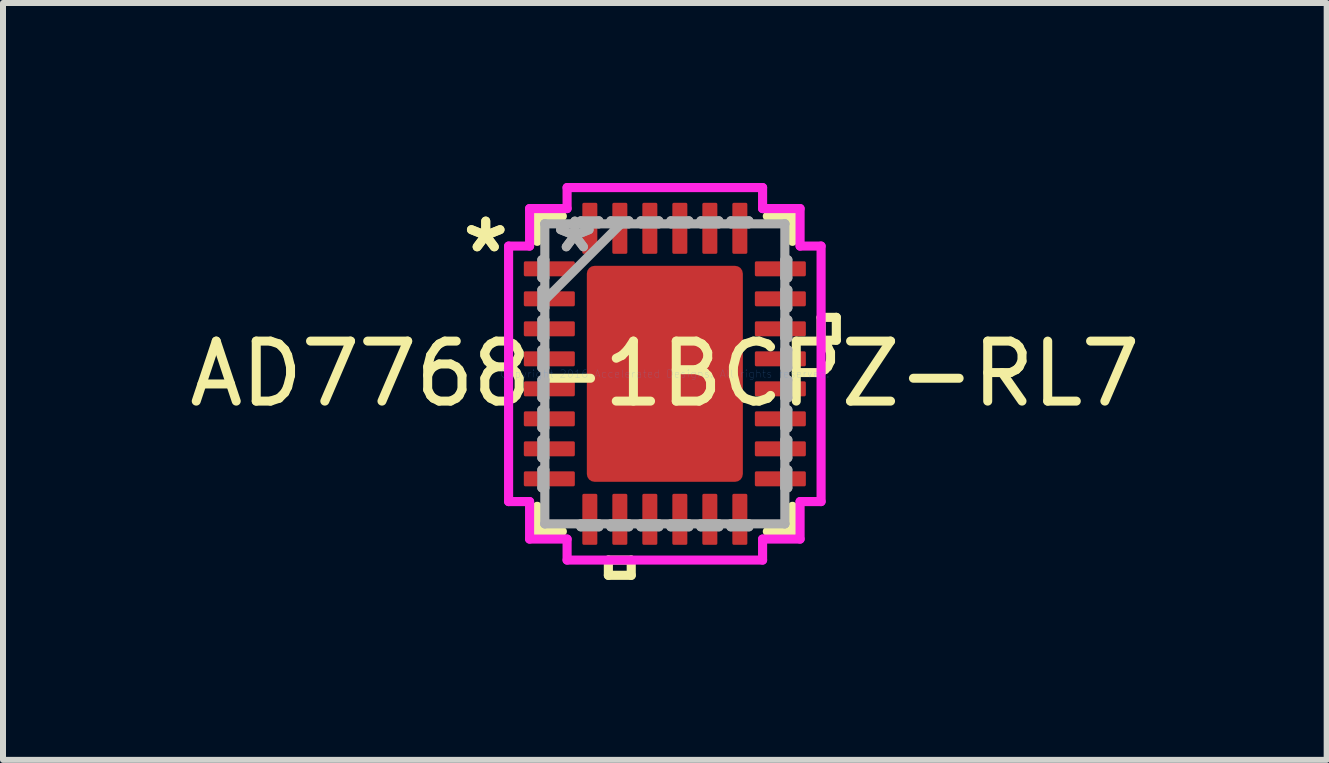
<source format=kicad_pcb>
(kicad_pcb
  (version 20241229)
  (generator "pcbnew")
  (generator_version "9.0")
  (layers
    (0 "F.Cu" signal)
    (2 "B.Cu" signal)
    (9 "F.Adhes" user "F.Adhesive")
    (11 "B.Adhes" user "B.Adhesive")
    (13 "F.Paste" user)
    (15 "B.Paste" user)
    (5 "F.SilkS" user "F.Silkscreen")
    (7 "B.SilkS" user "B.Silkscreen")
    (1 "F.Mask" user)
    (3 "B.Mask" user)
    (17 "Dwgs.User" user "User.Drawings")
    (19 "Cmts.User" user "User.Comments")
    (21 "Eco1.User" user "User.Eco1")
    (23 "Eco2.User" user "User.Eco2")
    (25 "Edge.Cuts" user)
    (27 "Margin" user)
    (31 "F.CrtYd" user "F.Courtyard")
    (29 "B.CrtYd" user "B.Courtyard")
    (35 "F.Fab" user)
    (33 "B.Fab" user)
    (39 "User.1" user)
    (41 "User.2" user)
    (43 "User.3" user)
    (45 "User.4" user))
  (footprint "AD7768-1BCPZ-RL7"
    (layer "F.Cu")
    (at 8.03 3.18)
    (property "Reference" "AD7768-1BCPZ-RL7" (at 0 0 0) (layer "F.SilkS") (effects (font (size 1 1) (thickness 0.15))))
    (attr through_hole)
    (fp_line (start -2.127 -2.627) (end -2.127 -2.208) (stroke (width 0.152) (type solid)) (layer "F.SilkS"))
    (fp_line (start -2.127 2.208) (end -2.127 2.627) (stroke (width 0.152) (type solid)) (layer "F.SilkS"))
    (fp_line (start -2.127 2.627) (end -1.708 2.627) (stroke (width 0.152) (type solid)) (layer "F.SilkS"))
    (fp_line (start -1.708 -2.627) (end -2.127 -2.627) (stroke (width 0.152) (type solid)) (layer "F.SilkS"))
    (fp_line (start -0.941 3.104) (end -0.941 3.358) (stroke (width 0.152) (type solid)) (layer "F.SilkS"))
    (fp_line (start -0.941 3.358) (end -0.56 3.358) (stroke (width 0.152) (type solid)) (layer "F.SilkS"))
    (fp_line (start -0.56 3.104) (end -0.941 3.104) (stroke (width 0.152) (type solid)) (layer "F.SilkS"))
    (fp_line (start -0.56 3.358) (end -0.56 3.104) (stroke (width 0.152) (type solid)) (layer "F.SilkS"))
    (fp_line (start 1.708 2.627) (end 2.127 2.627) (stroke (width 0.152) (type solid)) (layer "F.SilkS"))
    (fp_line (start 2.127 -2.627) (end 1.708 -2.627) (stroke (width 0.152) (type solid)) (layer "F.SilkS"))
    (fp_line (start 2.127 -2.208) (end 2.127 -2.627) (stroke (width 0.152) (type solid)) (layer "F.SilkS"))
    (fp_line (start 2.127 2.627) (end 2.127 2.208) (stroke (width 0.152) (type solid)) (layer "F.SilkS"))
    (fp_line (start 2.604 -0.941) (end 2.858 -0.941) (stroke (width 0.152) (type solid)) (layer "F.SilkS"))
    (fp_line (start 2.604 -0.56) (end 2.604 -0.941) (stroke (width 0.152) (type solid)) (layer "F.SilkS"))
    (fp_line (start 2.858 -0.941) (end 2.858 -0.56) (stroke (width 0.152) (type solid)) (layer "F.SilkS"))
    (fp_line (start 2.858 -0.56) (end 2.604 -0.56) (stroke (width 0.152) (type solid)) (layer "F.SilkS"))
    (fp_line (start -1.2 -1.7) (end -1.2 -0.1) (stroke (width 0.152) (type solid)) (layer "F.Paste"))
    (fp_line (start -1.2 -0.1) (end -0.1 -0.1) (stroke (width 0.152) (type solid)) (layer "F.Paste"))
    (fp_line (start -1.2 0.1) (end -1.2 1.7) (stroke (width 0.152) (type solid)) (layer "F.Paste"))
    (fp_line (start -1.2 1.7) (end -0.1 1.7) (stroke (width 0.152) (type solid)) (layer "F.Paste"))
    (fp_line (start -0.1 -1.7) (end -1.2 -1.7) (stroke (width 0.152) (type solid)) (layer "F.Paste"))
    (fp_line (start -0.1 -0.1) (end -0.1 -1.7) (stroke (width 0.152) (type solid)) (layer "F.Paste"))
    (fp_line (start -0.1 0.1) (end -1.2 0.1) (stroke (width 0.152) (type solid)) (layer "F.Paste"))
    (fp_line (start -0.1 1.7) (end -0.1 0.1) (stroke (width 0.152) (type solid)) (layer "F.Paste"))
    (fp_line (start 0.1 -1.7) (end 0.1 -0.1) (stroke (width 0.152) (type solid)) (layer "F.Paste"))
    (fp_line (start 0.1 -0.1) (end 1.2 -0.1) (stroke (width 0.152) (type solid)) (layer "F.Paste"))
    (fp_line (start 0.1 0.1) (end 0.1 1.7) (stroke (width 0.152) (type solid)) (layer "F.Paste"))
    (fp_line (start 0.1 1.7) (end 1.2 1.7) (stroke (width 0.152) (type solid)) (layer "F.Paste"))
    (fp_line (start 1.2 -1.7) (end 0.1 -1.7) (stroke (width 0.152) (type solid)) (layer "F.Paste"))
    (fp_line (start 1.2 -0.1) (end 1.2 -1.7) (stroke (width 0.152) (type solid)) (layer "F.Paste"))
    (fp_line (start 1.2 0.1) (end 0.1 0.1) (stroke (width 0.152) (type solid)) (layer "F.Paste"))
    (fp_line (start 1.2 1.7) (end 1.2 0.1) (stroke (width 0.152) (type solid)) (layer "F.Paste"))
    (fp_line (start -2.604 -2.129) (end -2.254 -2.129) (stroke (width 0.152) (type solid)) (layer "F.CrtYd"))
    (fp_line (start -2.604 2.129) (end -2.604 -2.129) (stroke (width 0.152) (type solid)) (layer "F.CrtYd"))
    (fp_line (start -2.254 -2.754) (end -1.629 -2.754) (stroke (width 0.152) (type solid)) (layer "F.CrtYd"))
    (fp_line (start -2.254 -2.129) (end -2.254 -2.754) (stroke (width 0.152) (type solid)) (layer "F.CrtYd"))
    (fp_line (start -2.254 2.129) (end -2.604 2.129) (stroke (width 0.152) (type solid)) (layer "F.CrtYd"))
    (fp_line (start -2.254 2.754) (end -2.254 2.129) (stroke (width 0.152) (type solid)) (layer "F.CrtYd"))
    (fp_line (start -1.629 -3.104) (end 1.629 -3.104) (stroke (width 0.152) (type solid)) (layer "F.CrtYd"))
    (fp_line (start -1.629 -2.754) (end -1.629 -3.104) (stroke (width 0.152) (type solid)) (layer "F.CrtYd"))
    (fp_line (start -1.629 2.754) (end -2.254 2.754) (stroke (width 0.152) (type solid)) (layer "F.CrtYd"))
    (fp_line (start -1.629 3.104) (end -1.629 2.754) (stroke (width 0.152) (type solid)) (layer "F.CrtYd"))
    (fp_line (start 1.629 -3.104) (end 1.629 -2.754) (stroke (width 0.152) (type solid)) (layer "F.CrtYd"))
    (fp_line (start 1.629 -2.754) (end 2.254 -2.754) (stroke (width 0.152) (type solid)) (layer "F.CrtYd"))
    (fp_line (start 1.629 2.754) (end 1.629 3.104) (stroke (width 0.152) (type solid)) (layer "F.CrtYd"))
    (fp_line (start 1.629 3.104) (end -1.629 3.104) (stroke (width 0.152) (type solid)) (layer "F.CrtYd"))
    (fp_line (start 2.254 -2.754) (end 2.254 -2.129) (stroke (width 0.152) (type solid)) (layer "F.CrtYd"))
    (fp_line (start 2.254 -2.129) (end 2.604 -2.129) (stroke (width 0.152) (type solid)) (layer "F.CrtYd"))
    (fp_line (start 2.254 2.129) (end 2.254 2.754) (stroke (width 0.152) (type solid)) (layer "F.CrtYd"))
    (fp_line (start 2.254 2.754) (end 1.629 2.754) (stroke (width 0.152) (type solid)) (layer "F.CrtYd"))
    (fp_line (start 2.604 -2.129) (end 2.604 2.129) (stroke (width 0.152) (type solid)) (layer "F.CrtYd"))
    (fp_line (start 2.604 2.129) (end 2.254 2.129) (stroke (width 0.152) (type solid)) (layer "F.CrtYd"))
    (fp_line (start -2.05 -1.9) (end -2.05 -1.6) (stroke (width 0.152) (type solid)) (layer "F.Fab"))
    (fp_line (start -2.05 -1.6) (end -2 -1.6) (stroke (width 0.152) (type solid)) (layer "F.Fab"))
    (fp_line (start -2.05 -1.4) (end -2.05 -1.1) (stroke (width 0.152) (type solid)) (layer "F.Fab"))
    (fp_line (start -2.05 -1.1) (end -2 -1.1) (stroke (width 0.152) (type solid)) (layer "F.Fab"))
    (fp_line (start -2.05 -0.9) (end -2.05 -0.6) (stroke (width 0.152) (type solid)) (layer "F.Fab"))
    (fp_line (start -2.05 -0.6) (end -2 -0.6) (stroke (width 0.152) (type solid)) (layer "F.Fab"))
    (fp_line (start -2.05 -0.4) (end -2.05 -0.1) (stroke (width 0.152) (type solid)) (layer "F.Fab"))
    (fp_line (start -2.05 -0.1) (end -2 -0.1) (stroke (width 0.152) (type solid)) (layer "F.Fab"))
    (fp_line (start -2.05 0.1) (end -2.05 0.4) (stroke (width 0.152) (type solid)) (layer "F.Fab"))
    (fp_line (start -2.05 0.4) (end -2 0.4) (stroke (width 0.152) (type solid)) (layer "F.Fab"))
    (fp_line (start -2.05 0.6) (end -2.05 0.9) (stroke (width 0.152) (type solid)) (layer "F.Fab"))
    (fp_line (start -2.05 0.9) (end -2 0.9) (stroke (width 0.152) (type solid)) (layer "F.Fab"))
    (fp_line (start -2.05 1.1) (end -2.05 1.4) (stroke (width 0.152) (type solid)) (layer "F.Fab"))
    (fp_line (start -2.05 1.4) (end -2 1.4) (stroke (width 0.152) (type solid)) (layer "F.Fab"))
    (fp_line (start -2.05 1.6) (end -2.05 1.9) (stroke (width 0.152) (type solid)) (layer "F.Fab"))
    (fp_line (start -2.05 1.9) (end -2 1.9) (stroke (width 0.152) (type solid)) (layer "F.Fab"))
    (fp_line (start -2 -2.5) (end -2 -2.5) (stroke (width 0.152) (type solid)) (layer "F.Fab"))
    (fp_line (start -2 -2.5) (end -2 2.5) (stroke (width 0.152) (type solid)) (layer "F.Fab"))
    (fp_line (start -2 -1.9) (end -2.05 -1.9) (stroke (width 0.152) (type solid)) (layer "F.Fab"))
    (fp_line (start -2 -1.6) (end -2 -1.9) (stroke (width 0.152) (type solid)) (layer "F.Fab"))
    (fp_line (start -2 -1.4) (end -2.05 -1.4) (stroke (width 0.152) (type solid)) (layer "F.Fab"))
    (fp_line (start -2 -1.23) (end -0.73 -2.5) (stroke (width 0.152) (type solid)) (layer "F.Fab"))
    (fp_line (start -2 -1.1) (end -2 -1.4) (stroke (width 0.152) (type solid)) (layer "F.Fab"))
    (fp_line (start -2 -0.9) (end -2.05 -0.9) (stroke (width 0.152) (type solid)) (layer "F.Fab"))
    (fp_line (start -2 -0.6) (end -2 -0.9) (stroke (width 0.152) (type solid)) (layer "F.Fab"))
    (fp_line (start -2 -0.4) (end -2.05 -0.4) (stroke (width 0.152) (type solid)) (layer "F.Fab"))
    (fp_line (start -2 -0.1) (end -2 -0.4) (stroke (width 0.152) (type solid)) (layer "F.Fab"))
    (fp_line (start -2 0.1) (end -2.05 0.1) (stroke (width 0.152) (type solid)) (layer "F.Fab"))
    (fp_line (start -2 0.4) (end -2 0.1) (stroke (width 0.152) (type solid)) (layer "F.Fab"))
    (fp_line (start -2 0.6) (end -2.05 0.6) (stroke (width 0.152) (type solid)) (layer "F.Fab"))
    (fp_line (start -2 0.9) (end -2 0.6) (stroke (width 0.152) (type solid)) (layer "F.Fab"))
    (fp_line (start -2 1.1) (end -2.05 1.1) (stroke (width 0.152) (type solid)) (layer "F.Fab"))
    (fp_line (start -2 1.4) (end -2 1.1) (stroke (width 0.152) (type solid)) (layer "F.Fab"))
    (fp_line (start -2 1.6) (end -2.05 1.6) (stroke (width 0.152) (type solid)) (layer "F.Fab"))
    (fp_line (start -2 1.9) (end -2 1.6) (stroke (width 0.152) (type solid)) (layer "F.Fab"))
    (fp_line (start -2 2.5) (end -2 2.5) (stroke (width 0.152) (type solid)) (layer "F.Fab"))
    (fp_line (start -2 2.5) (end 2 2.5) (stroke (width 0.152) (type solid)) (layer "F.Fab"))
    (fp_line (start -1.4 -2.55) (end -1.4 -2.5) (stroke (width 0.152) (type solid)) (layer "F.Fab"))
    (fp_line (start -1.4 -2.5) (end -1.1 -2.5) (stroke (width 0.152) (type solid)) (layer "F.Fab"))
    (fp_line (start -1.4 2.5) (end -1.4 2.55) (stroke (width 0.152) (type solid)) (layer "F.Fab"))
    (fp_line (start -1.4 2.55) (end -1.1 2.55) (stroke (width 0.152) (type solid)) (layer "F.Fab"))
    (fp_line (start -1.1 -2.55) (end -1.4 -2.55) (stroke (width 0.152) (type solid)) (layer "F.Fab"))
    (fp_line (start -1.1 -2.5) (end -1.1 -2.55) (stroke (width 0.152) (type solid)) (layer "F.Fab"))
    (fp_line (start -1.1 2.5) (end -1.4 2.5) (stroke (width 0.152) (type solid)) (layer "F.Fab"))
    (fp_line (start -1.1 2.55) (end -1.1 2.5) (stroke (width 0.152) (type solid)) (layer "F.Fab"))
    (fp_line (start -0.9 -2.55) (end -0.9 -2.5) (stroke (width 0.152) (type solid)) (layer "F.Fab"))
    (fp_line (start -0.9 -2.5) (end -0.6 -2.5) (stroke (width 0.152) (type solid)) (layer "F.Fab"))
    (fp_line (start -0.9 2.5) (end -0.9 2.55) (stroke (width 0.152) (type solid)) (layer "F.Fab"))
    (fp_line (start -0.9 2.55) (end -0.6 2.55) (stroke (width 0.152) (type solid)) (layer "F.Fab"))
    (fp_line (start -0.6 -2.55) (end -0.9 -2.55) (stroke (width 0.152) (type solid)) (layer "F.Fab"))
    (fp_line (start -0.6 -2.5) (end -0.6 -2.55) (stroke (width 0.152) (type solid)) (layer "F.Fab"))
    (fp_line (start -0.6 2.5) (end -0.9 2.5) (stroke (width 0.152) (type solid)) (layer "F.Fab"))
    (fp_line (start -0.6 2.55) (end -0.6 2.5) (stroke (width 0.152) (type solid)) (layer "F.Fab"))
    (fp_line (start -0.4 -2.55) (end -0.4 -2.5) (stroke (width 0.152) (type solid)) (layer "F.Fab"))
    (fp_line (start -0.4 -2.5) (end -0.1 -2.5) (stroke (width 0.152) (type solid)) (layer "F.Fab"))
    (fp_line (start -0.4 2.5) (end -0.4 2.55) (stroke (width 0.152) (type solid)) (layer "F.Fab"))
    (fp_line (start -0.4 2.55) (end -0.1 2.55) (stroke (width 0.152) (type solid)) (layer "F.Fab"))
    (fp_line (start -0.1 -2.55) (end -0.4 -2.55) (stroke (width 0.152) (type solid)) (layer "F.Fab"))
    (fp_line (start -0.1 -2.5) (end -0.1 -2.55) (stroke (width 0.152) (type solid)) (layer "F.Fab"))
    (fp_line (start -0.1 2.5) (end -0.4 2.5) (stroke (width 0.152) (type solid)) (layer "F.Fab"))
    (fp_line (start -0.1 2.55) (end -0.1 2.5) (stroke (width 0.152) (type solid)) (layer "F.Fab"))
    (fp_line (start 0.1 -2.55) (end 0.1 -2.5) (stroke (width 0.152) (type solid)) (layer "F.Fab"))
    (fp_line (start 0.1 -2.5) (end 0.4 -2.5) (stroke (width 0.152) (type solid)) (layer "F.Fab"))
    (fp_line (start 0.1 2.5) (end 0.1 2.55) (stroke (width 0.152) (type solid)) (layer "F.Fab"))
    (fp_line (start 0.1 2.55) (end 0.4 2.55) (stroke (width 0.152) (type solid)) (layer "F.Fab"))
    (fp_line (start 0.4 -2.55) (end 0.1 -2.55) (stroke (width 0.152) (type solid)) (layer "F.Fab"))
    (fp_line (start 0.4 -2.5) (end 0.4 -2.55) (stroke (width 0.152) (type solid)) (layer "F.Fab"))
    (fp_line (start 0.4 2.5) (end 0.1 2.5) (stroke (width 0.152) (type solid)) (layer "F.Fab"))
    (fp_line (start 0.4 2.55) (end 0.4 2.5) (stroke (width 0.152) (type solid)) (layer "F.Fab"))
    (fp_line (start 0.6 -2.55) (end 0.6 -2.5) (stroke (width 0.152) (type solid)) (layer "F.Fab"))
    (fp_line (start 0.6 -2.5) (end 0.9 -2.5) (stroke (width 0.152) (type solid)) (layer "F.Fab"))
    (fp_line (start 0.6 2.5) (end 0.6 2.55) (stroke (width 0.152) (type solid)) (layer "F.Fab"))
    (fp_line (start 0.6 2.55) (end 0.9 2.55) (stroke (width 0.152) (type solid)) (layer "F.Fab"))
    (fp_line (start 0.9 -2.55) (end 0.6 -2.55) (stroke (width 0.152) (type solid)) (layer "F.Fab"))
    (fp_line (start 0.9 -2.5) (end 0.9 -2.55) (stroke (width 0.152) (type solid)) (layer "F.Fab"))
    (fp_line (start 0.9 2.5) (end 0.6 2.5) (stroke (width 0.152) (type solid)) (layer "F.Fab"))
    (fp_line (start 0.9 2.55) (end 0.9 2.5) (stroke (width 0.152) (type solid)) (layer "F.Fab"))
    (fp_line (start 1.1 -2.55) (end 1.1 -2.5) (stroke (width 0.152) (type solid)) (layer "F.Fab"))
    (fp_line (start 1.1 -2.5) (end 1.4 -2.5) (stroke (width 0.152) (type solid)) (layer "F.Fab"))
    (fp_line (start 1.1 2.5) (end 1.1 2.55) (stroke (width 0.152) (type solid)) (layer "F.Fab"))
    (fp_line (start 1.1 2.55) (end 1.4 2.55) (stroke (width 0.152) (type solid)) (layer "F.Fab"))
    (fp_line (start 1.4 -2.55) (end 1.1 -2.55) (stroke (width 0.152) (type solid)) (layer "F.Fab"))
    (fp_line (start 1.4 -2.5) (end 1.4 -2.55) (stroke (width 0.152) (type solid)) (layer "F.Fab"))
    (fp_line (start 1.4 2.5) (end 1.1 2.5) (stroke (width 0.152) (type solid)) (layer "F.Fab"))
    (fp_line (start 1.4 2.55) (end 1.4 2.5) (stroke (width 0.152) (type solid)) (layer "F.Fab"))
    (fp_line (start 2 -2.5) (end -2 -2.5) (stroke (width 0.152) (type solid)) (layer "F.Fab"))
    (fp_line (start 2 -2.5) (end 2 -2.5) (stroke (width 0.152) (type solid)) (layer "F.Fab"))
    (fp_line (start 2 -1.9) (end 2 -1.6) (stroke (width 0.152) (type solid)) (layer "F.Fab"))
    (fp_line (start 2 -1.6) (end 2.05 -1.6) (stroke (width 0.152) (type solid)) (layer "F.Fab"))
    (fp_line (start 2 -1.4) (end 2 -1.1) (stroke (width 0.152) (type solid)) (layer "F.Fab"))
    (fp_line (start 2 -1.1) (end 2.05 -1.1) (stroke (width 0.152) (type solid)) (layer "F.Fab"))
    (fp_line (start 2 -0.9) (end 2 -0.6) (stroke (width 0.152) (type solid)) (layer "F.Fab"))
    (fp_line (start 2 -0.6) (end 2.05 -0.6) (stroke (width 0.152) (type solid)) (layer "F.Fab"))
    (fp_line (start 2 -0.4) (end 2 -0.1) (stroke (width 0.152) (type solid)) (layer "F.Fab"))
    (fp_line (start 2 -0.1) (end 2.05 -0.1) (stroke (width 0.152) (type solid)) (layer "F.Fab"))
    (fp_line (start 2 0.1) (end 2 0.4) (stroke (width 0.152) (type solid)) (layer "F.Fab"))
    (fp_line (start 2 0.4) (end 2.05 0.4) (stroke (width 0.152) (type solid)) (layer "F.Fab"))
    (fp_line (start 2 0.6) (end 2 0.9) (stroke (width 0.152) (type solid)) (layer "F.Fab"))
    (fp_line (start 2 0.9) (end 2.05 0.9) (stroke (width 0.152) (type solid)) (layer "F.Fab"))
    (fp_line (start 2 1.1) (end 2 1.4) (stroke (width 0.152) (type solid)) (layer "F.Fab"))
    (fp_line (start 2 1.4) (end 2.05 1.4) (stroke (width 0.152) (type solid)) (layer "F.Fab"))
    (fp_line (start 2 1.6) (end 2 1.9) (stroke (width 0.152) (type solid)) (layer "F.Fab"))
    (fp_line (start 2 1.9) (end 2.05 1.9) (stroke (width 0.152) (type solid)) (layer "F.Fab"))
    (fp_line (start 2 2.5) (end 2 -2.5) (stroke (width 0.152) (type solid)) (layer "F.Fab"))
    (fp_line (start 2 2.5) (end 2 2.5) (stroke (width 0.152) (type solid)) (layer "F.Fab"))
    (fp_line (start 2.05 -1.9) (end 2 -1.9) (stroke (width 0.152) (type solid)) (layer "F.Fab"))
    (fp_line (start 2.05 -1.6) (end 2.05 -1.9) (stroke (width 0.152) (type solid)) (layer "F.Fab"))
    (fp_line (start 2.05 -1.4) (end 2 -1.4) (stroke (width 0.152) (type solid)) (layer "F.Fab"))
    (fp_line (start 2.05 -1.1) (end 2.05 -1.4) (stroke (width 0.152) (type solid)) (layer "F.Fab"))
    (fp_line (start 2.05 -0.9) (end 2 -0.9) (stroke (width 0.152) (type solid)) (layer "F.Fab"))
    (fp_line (start 2.05 -0.6) (end 2.05 -0.9) (stroke (width 0.152) (type solid)) (layer "F.Fab"))
    (fp_line (start 2.05 -0.4) (end 2 -0.4) (stroke (width 0.152) (type solid)) (layer "F.Fab"))
    (fp_line (start 2.05 -0.1) (end 2.05 -0.4) (stroke (width 0.152) (type solid)) (layer "F.Fab"))
    (fp_line (start 2.05 0.1) (end 2 0.1) (stroke (width 0.152) (type solid)) (layer "F.Fab"))
    (fp_line (start 2.05 0.4) (end 2.05 0.1) (stroke (width 0.152) (type solid)) (layer "F.Fab"))
    (fp_line (start 2.05 0.6) (end 2 0.6) (stroke (width 0.152) (type solid)) (layer "F.Fab"))
    (fp_line (start 2.05 0.9) (end 2.05 0.6) (stroke (width 0.152) (type solid)) (layer "F.Fab"))
    (fp_line (start 2.05 1.1) (end 2 1.1) (stroke (width 0.152) (type solid)) (layer "F.Fab"))
    (fp_line (start 2.05 1.4) (end 2.05 1.1) (stroke (width 0.152) (type solid)) (layer "F.Fab"))
    (fp_line (start 2.05 1.6) (end 2 1.6) (stroke (width 0.152) (type solid)) (layer "F.Fab"))
    (fp_line (start 2.05 1.9) (end 2.05 1.6) (stroke (width 0.152) (type solid)) (layer "F.Fab"))
    (fp_text user "*" (at -2.985 -2 0) (layer "F.SilkS") (effects (font (size 1 1) (thickness 0.15))))
    (fp_text user "*" (at -2.985 -2 0) (layer "F.SilkS") (effects (font (size 1 1) (thickness 0.15))))
    (fp_text user "Copyright 2016 Accelerated Designs. All rights reserved." (at 0 0 0) (layer "Cmts.User") (effects (font (size 0.127 0.127) (thickness 0.002))))
    (fp_text user "*" (at -1.5 -2 0) (layer "F.Fab") (effects (font (size 1 1) (thickness 0.15))))
    (fp_text user "*" (at -1.5 -2 0) (layer "F.Fab") (effects (font (size 1 1) (thickness 0.15))))
    (pad "1" smd roundrect (at -1.925 -1.75 90) (size 0.25 0.85) (layers "F.Cu" "F.Mask" "F.Paste") (roundrect_rratio 0.1))
    (pad "2" smd roundrect (at -1.925 -1.25 90) (size 0.25 0.85) (layers "F.Cu" "F.Mask" "F.Paste") (roundrect_rratio 0.1))
    (pad "3" smd roundrect (at -1.925 -0.75 90) (size 0.25 0.85) (layers "F.Cu" "F.Mask" "F.Paste") (roundrect_rratio 0.1))
    (pad "4" smd roundrect (at -1.925 -0.25 90) (size 0.25 0.85) (layers "F.Cu" "F.Mask" "F.Paste") (roundrect_rratio 0.1))
    (pad "5" smd roundrect (at -1.925 0.25 90) (size 0.25 0.85) (layers "F.Cu" "F.Mask" "F.Paste") (roundrect_rratio 0.1))
    (pad "6" smd roundrect (at -1.925 0.75 90) (size 0.25 0.85) (layers "F.Cu" "F.Mask" "F.Paste") (roundrect_rratio 0.1))
    (pad "7" smd roundrect (at -1.925 1.25 90) (size 0.25 0.85) (layers "F.Cu" "F.Mask" "F.Paste") (roundrect_rratio 0.1))
    (pad "8" smd roundrect (at -1.925 1.75 90) (size 0.25 0.85) (layers "F.Cu" "F.Mask" "F.Paste") (roundrect_rratio 0.1))
    (pad "9" smd roundrect (at -1.25 2.425) (size 0.25 0.85) (layers "F.Cu" "F.Mask" "F.Paste") (roundrect_rratio 0.1))
    (pad "10" smd roundrect (at -0.75 2.425) (size 0.25 0.85) (layers "F.Cu" "F.Mask" "F.Paste") (roundrect_rratio 0.1))
    (pad "11" smd roundrect (at -0.25 2.425) (size 0.25 0.85) (layers "F.Cu" "F.Mask" "F.Paste") (roundrect_rratio 0.1))
    (pad "12" smd roundrect (at 0.25 2.425) (size 0.25 0.85) (layers "F.Cu" "F.Mask" "F.Paste") (roundrect_rratio 0.1))
    (pad "13" smd roundrect (at 0.75 2.425) (size 0.25 0.85) (layers "F.Cu" "F.Mask" "F.Paste") (roundrect_rratio 0.1))
    (pad "14" smd roundrect (at 1.25 2.425) (size 0.25 0.85) (layers "F.Cu" "F.Mask" "F.Paste") (roundrect_rratio 0.1))
    (pad "15" smd roundrect (at 1.925 1.75 90) (size 0.25 0.85) (layers "F.Cu" "F.Mask" "F.Paste") (roundrect_rratio 0.1))
    (pad "16" smd roundrect (at 1.925 1.25 90) (size 0.25 0.85) (layers "F.Cu" "F.Mask" "F.Paste") (roundrect_rratio 0.1))
    (pad "17" smd roundrect (at 1.925 0.75 90) (size 0.25 0.85) (layers "F.Cu" "F.Mask" "F.Paste") (roundrect_rratio 0.1))
    (pad "18" smd roundrect (at 1.925 0.25 90) (size 0.25 0.85) (layers "F.Cu" "F.Mask" "F.Paste") (roundrect_rratio 0.1))
    (pad "19" smd roundrect (at 1.925 -0.25 90) (size 0.25 0.85) (layers "F.Cu" "F.Mask" "F.Paste") (roundrect_rratio 0.1))
    (pad "20" smd roundrect (at 1.925 -0.75 90) (size 0.25 0.85) (layers "F.Cu" "F.Mask" "F.Paste") (roundrect_rratio 0.1))
    (pad "21" smd roundrect (at 1.925 -1.25 90) (size 0.25 0.85) (layers "F.Cu" "F.Mask" "F.Paste") (roundrect_rratio 0.1))
    (pad "22" smd roundrect (at 1.925 -1.75 90) (size 0.25 0.85) (layers "F.Cu" "F.Mask" "F.Paste") (roundrect_rratio 0.1))
    (pad "23" smd roundrect (at 1.25 -2.425) (size 0.25 0.85) (layers "F.Cu" "F.Mask" "F.Paste") (roundrect_rratio 0.1))
    (pad "24" smd roundrect (at 0.75 -2.425) (size 0.25 0.85) (layers "F.Cu" "F.Mask" "F.Paste") (roundrect_rratio 0.1))
    (pad "25" smd roundrect (at 0.25 -2.425) (size 0.25 0.85) (layers "F.Cu" "F.Mask" "F.Paste") (roundrect_rratio 0.1))
    (pad "26" smd roundrect (at -0.25 -2.425) (size 0.25 0.85) (layers "F.Cu" "F.Mask" "F.Paste") (roundrect_rratio 0.1))
    (pad "27" smd roundrect (at -0.75 -2.425) (size 0.25 0.85) (layers "F.Cu" "F.Mask" "F.Paste") (roundrect_rratio 0.1))
    (pad "28" smd roundrect (at -1.25 -2.425) (size 0.25 0.85) (layers "F.Cu" "F.Mask" "F.Paste") (roundrect_rratio 0.1))
    (pad "29" smd roundrect (at 0 0) (size 2.6 3.6) (layers "F.Cu" "F.Mask" "F.Paste") (roundrect_rratio 0.05)))
  (gr_rect
    (start -3 -3)
    (end 19.06 9.614)
    (stroke (width 0.1) (type default))
    (fill no)
    (layer "Edge.Cuts")))
</source>
